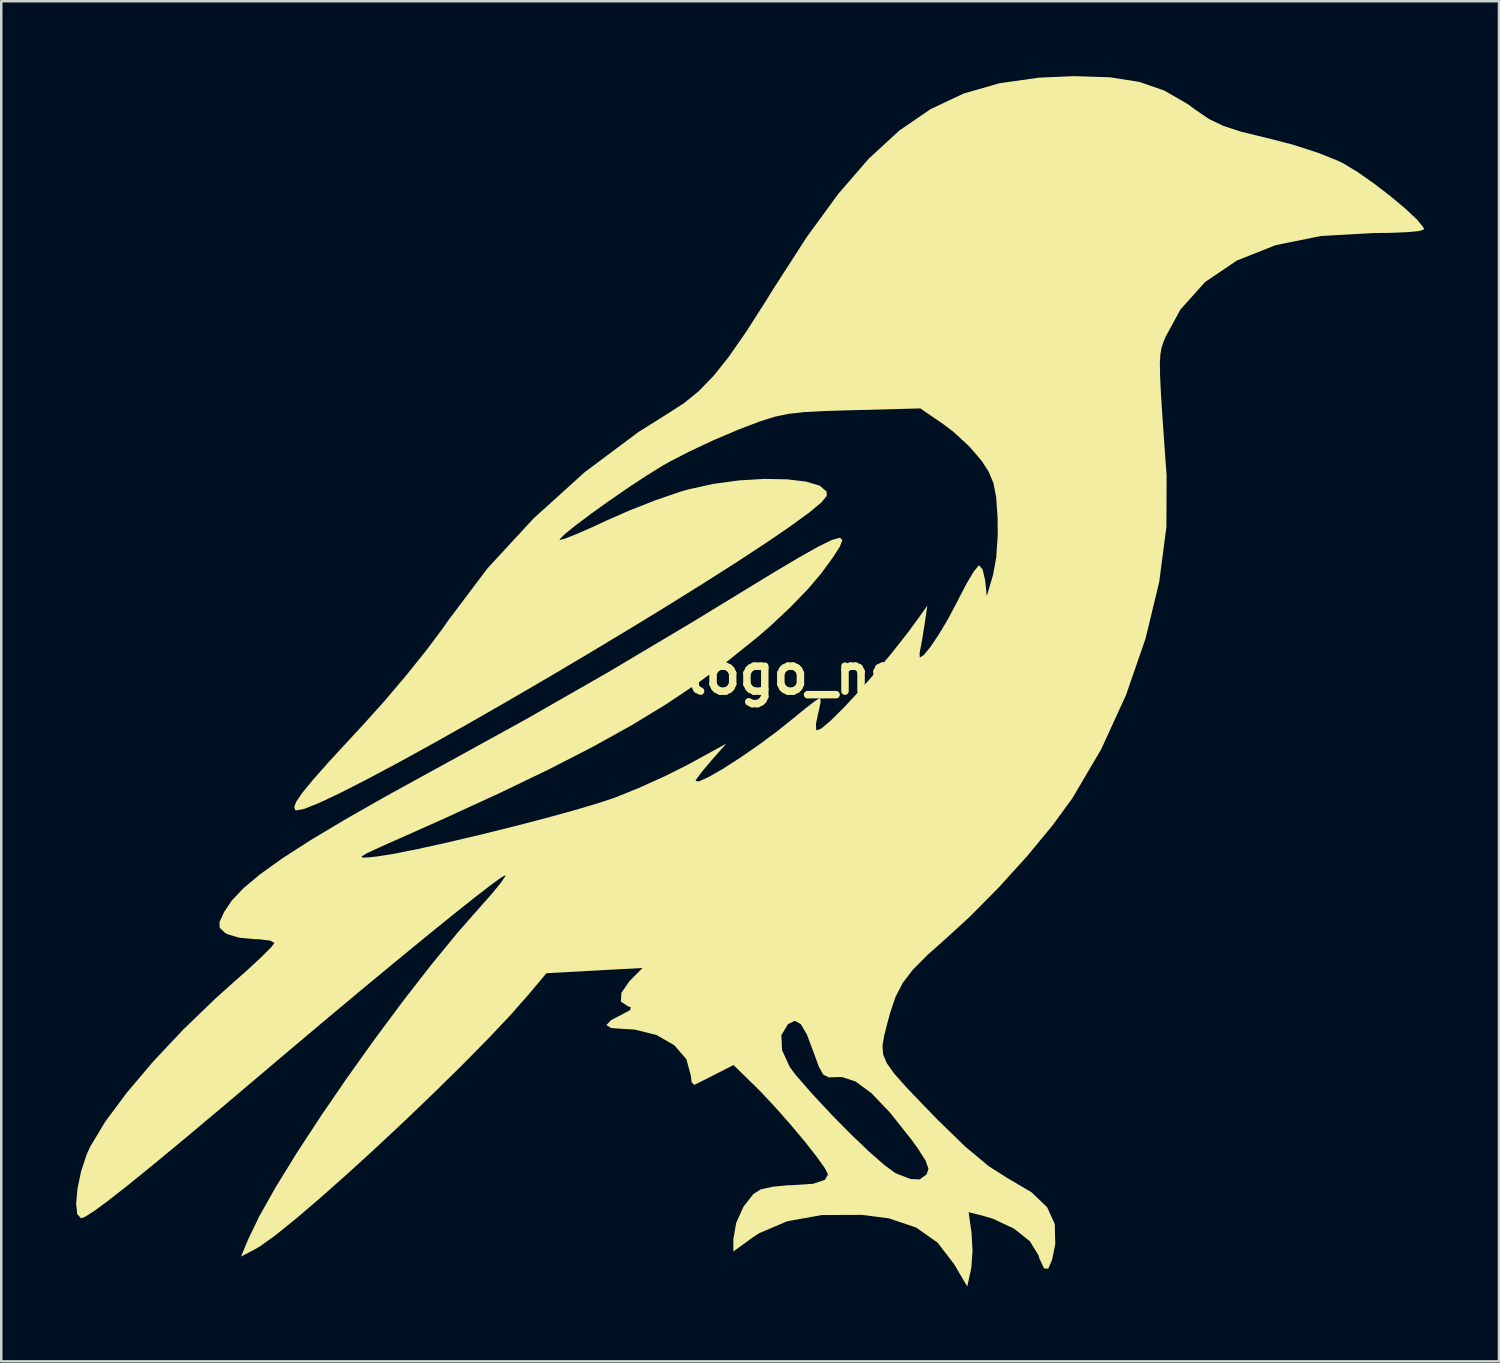
<source format=kicad_pcb>
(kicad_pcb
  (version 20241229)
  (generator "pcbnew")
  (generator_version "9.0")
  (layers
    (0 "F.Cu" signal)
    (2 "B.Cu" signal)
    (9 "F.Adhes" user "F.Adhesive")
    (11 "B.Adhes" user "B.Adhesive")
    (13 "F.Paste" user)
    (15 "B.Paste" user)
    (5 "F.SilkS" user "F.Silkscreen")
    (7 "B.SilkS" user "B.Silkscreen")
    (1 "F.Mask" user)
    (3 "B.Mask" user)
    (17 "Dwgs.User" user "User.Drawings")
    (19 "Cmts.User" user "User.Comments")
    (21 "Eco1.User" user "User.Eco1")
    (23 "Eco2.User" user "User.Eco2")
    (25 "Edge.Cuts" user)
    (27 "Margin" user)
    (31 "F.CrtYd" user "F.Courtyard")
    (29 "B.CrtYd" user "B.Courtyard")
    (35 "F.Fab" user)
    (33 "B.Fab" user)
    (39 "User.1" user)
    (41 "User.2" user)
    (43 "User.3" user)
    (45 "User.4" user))
  (footprint "logo_new"
    (layer "F.Cu")
    (at 29.554 23.961)
    (property "Reference" "logo_new" (at 0 0 0) (layer "F.SilkS") (effects (font (size 1.5 1.5) (thickness 0.3))))
    (attr board_only exclude_from_pos_files exclude_from_bom)
    (fp_poly (pts (xy 11.864 -23.914) (xy 13.037 -23.731) (xy 14.041 -23.384) (xy 14.973 -22.846) (xy 15.316 -22.596) (xy 15.836 -22.242) (xy 16.404 -21.968) (xy 17.128 -21.732) (xy 18.115 -21.492) (xy 18.163 -21.481) (xy 19.191 -21.216) (xy 20.188 -20.895) (xy 21.007 -20.567) (xy 21.223 -20.46) (xy 21.795 -20.114) (xy 22.45 -19.655) (xy 23.114 -19.144) (xy 23.714 -18.641) (xy 24.176 -18.205) (xy 24.427 -17.896) (xy 24.452 -17.822) (xy 24.276 -17.759) (xy 23.797 -17.711) (xy 23.095 -17.681) (xy 22.415 -17.675) (xy 20.326 -17.557) (xy 18.502 -17.189) (xy 16.951 -16.573) (xy 15.679 -15.714) (xy 14.692 -14.614) (xy 14.089 -13.506) (xy 13.997 -13.279) (xy 13.929 -13.062) (xy 13.885 -12.805) (xy 13.866 -12.458) (xy 13.873 -11.971) (xy 13.905 -11.296) (xy 13.963 -10.381) (xy 14.047 -9.179) (xy 14.135 -7.961) (xy 14.128 -5.905) (xy 13.84 -3.701) (xy 13.292 -1.428) (xy 12.509 0.835) (xy 11.513 3.01) (xy 10.361 4.968) (xy 9.559 6.066) (xy 8.548 7.289) (xy 7.418 8.536) (xy 6.263 9.704) (xy 5.374 10.52) (xy 4.549 11.255) (xy 3.964 11.845) (xy 3.56 12.374) (xy 3.275 12.929) (xy 3.051 13.594) (xy 2.943 13.998) (xy 2.817 14.496) (xy 2.751 14.888) (xy 2.777 15.231) (xy 2.923 15.582) (xy 3.221 16) (xy 3.699 16.54) (xy 4.389 17.262) (xy 4.955 17.845) (xy 6.066 18.926) (xy 7.015 19.716) (xy 7.748 20.182) (xy 8.722 20.756) (xy 9.348 21.354) (xy 9.655 22.031) (xy 9.674 22.842) (xy 9.548 23.457) (xy 9.394 23.82) (xy 9.225 23.806) (xy 9.041 23.414) (xy 8.996 23.268) (xy 8.656 22.717) (xy 8.023 22.214) (xy 7.179 21.818) (xy 6.751 21.691) (xy 6.204 21.555) (xy 6.32 22.388) (xy 6.36 23.082) (xy 6.314 23.751) (xy 6.292 23.876) (xy 6.148 24.531) (xy 5.628 23.644) (xy 4.96 22.775) (xy 4.105 22.171) (xy 3.013 21.803) (xy 1.943 21.662) (xy 0.329 21.668) (xy -1.062 21.916) (xy -2.194 22.399) (xy -2.45 22.568) (xy -3.222 23.128) (xy -3.222 22.634) (xy -3.108 21.98) (xy -2.816 21.333) (xy -2.423 20.831) (xy -2.138 20.645) (xy -1.655 20.535) (xy -1.023 20.475) (xy -0.856 20.472) (xy -0.026 20.417) (xy 0.448 20.256) (xy 0.569 20.046) (xy 0.449 19.8) (xy 0.126 19.344) (xy -0.344 18.746) (xy -0.906 18.074) (xy -1.503 17.395) (xy -2.079 16.777) (xy -2.353 16.502) (xy -3.216 15.66) (xy -3.93 16.023) (xy -4.407 16.265) (xy -4.734 16.429) (xy -4.786 16.455) (xy -4.894 16.349) (xy -4.928 16.075) (xy -5.105 15.425) (xy -5.586 14.868) (xy -6.284 14.465) (xy -1.299 14.465) (xy -1.272 15.062) (xy -0.963 15.735) (xy -0.724 16.058) (xy -0.034 16.846) (xy 0.724 17.658) (xy 1.49 18.434) (xy 2.203 19.117) (xy 2.805 19.647) (xy 3.235 19.966) (xy 3.317 20.01) (xy 3.882 20.227) (xy 4.24 20.241) (xy 4.504 20.052) (xy 4.529 20.022) (xy 4.594 19.813) (xy 4.48 19.489) (xy 4.157 18.984) (xy 3.913 18.648) (xy 3.042 17.552) (xy 2.304 16.782) (xy 1.675 16.318) (xy 1.131 16.14) (xy 0.957 16.142) (xy 0.605 16.154) (xy 0.381 16.044) (xy 0.202 15.727) (xy 0.011 15.198) (xy -0.274 14.441) (xy -0.521 14.018) (xy -0.762 13.889) (xy -1.031 14.018) (xy -1.035 14.02) (xy -1.299 14.465) (xy -6.284 14.465) (xy -6.301 14.456) (xy -7.177 14.238) (xy -7.563 14.216) (xy -8.121 14.177) (xy -8.309 14.058) (xy -8.125 13.86) (xy -7.724 13.653) (xy -7.358 13.458) (xy -7.331 13.344) (xy -7.44 13.308) (xy -7.727 13.119) (xy -7.708 12.767) (xy -7.389 12.302) (xy -7.315 12.227) (xy -6.859 11.77) (xy -8.784 11.875) (xy -10.71 11.979) (xy -11.45 12.861) (xy -12.151 13.655) (xy -13.035 14.592) (xy -14.059 15.632) (xy -15.18 16.736) (xy -16.356 17.864) (xy -17.545 18.977) (xy -18.703 20.034) (xy -19.788 20.996) (xy -20.758 21.825) (xy -21.57 22.479) (xy -22.181 22.919) (xy -22.392 23.043) (xy -22.947 23.331) (xy -22.652 22.623) (xy -22.204 21.695) (xy -21.547 20.533) (xy -20.72 19.19) (xy -19.759 17.72) (xy -18.702 16.177) (xy -17.587 14.615) (xy -16.451 13.088) (xy -15.332 11.649) (xy -14.268 10.352) (xy -13.407 9.372) (xy -12.912 8.815) (xy -12.546 8.368) (xy -12.363 8.099) (xy -12.354 8.054) (xy -12.523 8.144) (xy -12.953 8.456) (xy -13.615 8.969) (xy -14.481 9.659) (xy -15.523 10.503) (xy -16.713 11.479) (xy -18.023 12.563) (xy -19.424 13.733) (xy -20.889 14.966) (xy -21.852 15.781) (xy -23.644 17.298) (xy -25.165 18.575) (xy -26.429 19.622) (xy -27.45 20.451) (xy -28.241 21.072) (xy -28.815 21.496) (xy -29.186 21.734) (xy -29.355 21.799) (xy -29.51 21.635) (xy -29.554 21.205) (xy -29.498 20.602) (xy -29.355 19.919) (xy -29.135 19.249) (xy -28.992 18.932) (xy -28.389 17.931) (xy -27.53 16.773) (xy -26.468 15.52) (xy -25.257 14.232) (xy -23.95 12.973) (xy -23.32 12.409) (xy -22.655 11.819) (xy -22.111 11.312) (xy -21.744 10.944) (xy -21.609 10.767) (xy -21.609 10.767) (xy -21.778 10.675) (xy -22.204 10.621) (xy -22.426 10.615) (xy -23.019 10.558) (xy -23.495 10.417) (xy -23.585 10.364) (xy -23.801 10.164) (xy -23.811 9.934) (xy -23.626 9.53) (xy -23.322 9.073) (xy -22.848 8.572) (xy -22.18 8.013) (xy -21.294 7.379) (xy -20.166 6.652) (xy -18.771 5.818) (xy -17.084 4.858) (xy -15.082 3.758) (xy -14.785 3.598) (xy -11.493 1.784) (xy -8.252 -0.072) (xy -4.926 -2.05) (xy -3.11 -3.157) (xy -1.721 -4.005) (xy -0.631 -4.655) (xy 0.179 -5.112) (xy 0.732 -5.381) (xy 1.046 -5.467) (xy 1.144 -5.376) (xy 1.044 -5.113) (xy 0.768 -4.682) (xy 0.337 -4.091) (xy 0.29 -4.028) (xy -0.226 -3.42) (xy -0.932 -2.69) (xy -1.721 -1.947) (xy -2.222 -1.512) (xy -3.414 -0.554) (xy -4.63 0.343) (xy -5.915 1.204) (xy -7.31 2.053) (xy -8.861 2.913) (xy -10.609 3.811) (xy -12.599 4.769) (xy -14.874 5.813) (xy -16.586 6.576) (xy -17.405 6.94) (xy -17.907 7.175) (xy -18.121 7.304) (xy -18.076 7.35) (xy -17.804 7.336) (xy -17.533 7.307) (xy -16.849 7.201) (xy -15.883 7.009) (xy -14.712 6.75) (xy -13.419 6.446) (xy -12.082 6.115) (xy -10.783 5.778) (xy -9.602 5.453) (xy -8.619 5.162) (xy -7.987 4.952) (xy -7.017 4.561) (xy -5.953 4.081) (xy -5.014 3.609) (xy -4.956 3.577) (xy -3.509 2.783) (xy -4.124 3.483) (xy -4.48 3.906) (xy -4.702 4.203) (xy -4.739 4.276) (xy -4.598 4.295) (xy -4.216 4.122) (xy -3.653 3.798) (xy -2.971 3.361) (xy -2.229 2.85) (xy -1.489 2.303) (xy -0.823 1.77) (xy -0.316 1.356) (xy 0.071 1.06) (xy 0.254 0.948) (xy 0.275 1.106) (xy 0.196 1.493) (xy 0.18 1.551) (xy 0.087 1.989) (xy 0.095 2.241) (xy 0.101 2.25) (xy 0.288 2.186) (xy 0.663 1.874) (xy 1.181 1.363) (xy 1.795 0.703) (xy 2.462 -0.055) (xy 3.135 -0.863) (xy 3.77 -1.67) (xy 4.218 -2.279) (xy 4.549 -2.749) (xy 4.438 -1.99) (xy 4.343 -1.401) (xy 4.253 -0.917) (xy 4.239 -0.853) (xy 4.246 -0.667) (xy 4.4 -0.761) (xy 4.664 -1.082) (xy 5 -1.578) (xy 5.371 -2.199) (xy 5.739 -2.892) (xy 5.785 -2.985) (xy 6.117 -3.624) (xy 6.404 -4.105) (xy 6.597 -4.346) (xy 6.628 -4.36) (xy 6.763 -4.194) (xy 6.86 -3.79) (xy 6.866 -3.744) (xy 6.931 -3.128) (xy 7.18 -3.974) (xy 7.31 -4.676) (xy 7.37 -5.583) (xy 7.363 -6.28) (xy 7.306 -7.09) (xy 7.198 -7.658) (xy 7.001 -8.122) (xy 6.728 -8.545) (xy 6.233 -9.122) (xy 5.591 -9.713) (xy 5.215 -9.999) (xy 4.27 -10.648) (xy 1.519 -10.576) (xy 0.425 -10.544) (xy -0.388 -10.501) (xy -1.02 -10.43) (xy -1.568 -10.314) (xy -2.13 -10.138) (xy -2.806 -9.882) (xy -3.033 -9.793) (xy -3.977 -9.393) (xy -4.953 -8.937) (xy -5.8 -8.501) (xy -6.066 -8.35) (xy -6.719 -7.944) (xy -7.455 -7.458) (xy -8.21 -6.938) (xy -8.922 -6.428) (xy -9.529 -5.973) (xy -9.967 -5.619) (xy -10.176 -5.411) (xy -10.181 -5.379) (xy -9.99 -5.424) (xy -9.532 -5.603) (xy -8.883 -5.887) (xy -8.323 -6.147) (xy -7.364 -6.569) (xy -6.326 -6.975) (xy -5.381 -7.301) (xy -5.057 -7.396) (xy -4.044 -7.621) (xy -3.002 -7.763) (xy -1.992 -7.824) (xy -1.074 -7.808) (xy -0.31 -7.716) (xy 0.239 -7.552) (xy 0.513 -7.318) (xy 0.519 -7.143) (xy 0.305 -6.883) (xy -0.197 -6.466) (xy -0.957 -5.913) (xy -1.939 -5.243) (xy -3.111 -4.475) (xy -4.439 -3.63) (xy -5.89 -2.726) (xy -7.43 -1.785) (xy -9.027 -0.825) (xy -10.646 0.134) (xy -12.255 1.072) (xy -13.82 1.97) (xy -15.308 2.807) (xy -16.685 3.564) (xy -17.918 4.221) (xy -18.974 4.759) (xy -19.819 5.158) (xy -20.42 5.398) (xy -20.744 5.459) (xy -20.779 5.442) (xy -20.816 5.314) (xy -20.725 5.091) (xy -20.483 4.74) (xy -20.064 4.23) (xy -19.442 3.528) (xy -18.591 2.603) (xy -18.109 2.085) (xy -17.244 1.125) (xy -16.357 0.08) (xy -15.532 -0.946) (xy -14.855 -1.85) (xy -14.633 -2.171) (xy -13.072 -4.242) (xy -11.223 -6.245) (xy -9.18 -8.092) (xy -7.033 -9.697) (xy -5.839 -10.447) (xy -5.192 -10.865) (xy -4.599 -11.349) (xy -4.018 -11.949) (xy -3.406 -12.717) (xy -2.72 -13.702) (xy -1.917 -14.957) (xy -1.613 -15.449) (xy -0.281 -17.514) (xy 0.979 -19.241) (xy 2.202 -20.654) (xy 3.425 -21.78) (xy 4.683 -22.642) (xy 6.01 -23.266) (xy 7.444 -23.677) (xy 9.019 -23.9) (xy 10.425 -23.961)) (stroke (width 0) (type solid)) (fill yes) (layer "F.SilkS")))
  (gr_rect
    (start -3 -3)
    (end 57.006 51.492)
    (stroke (width 0.1) (type default))
    (fill no)
    (layer "Edge.Cuts")))
</source>
